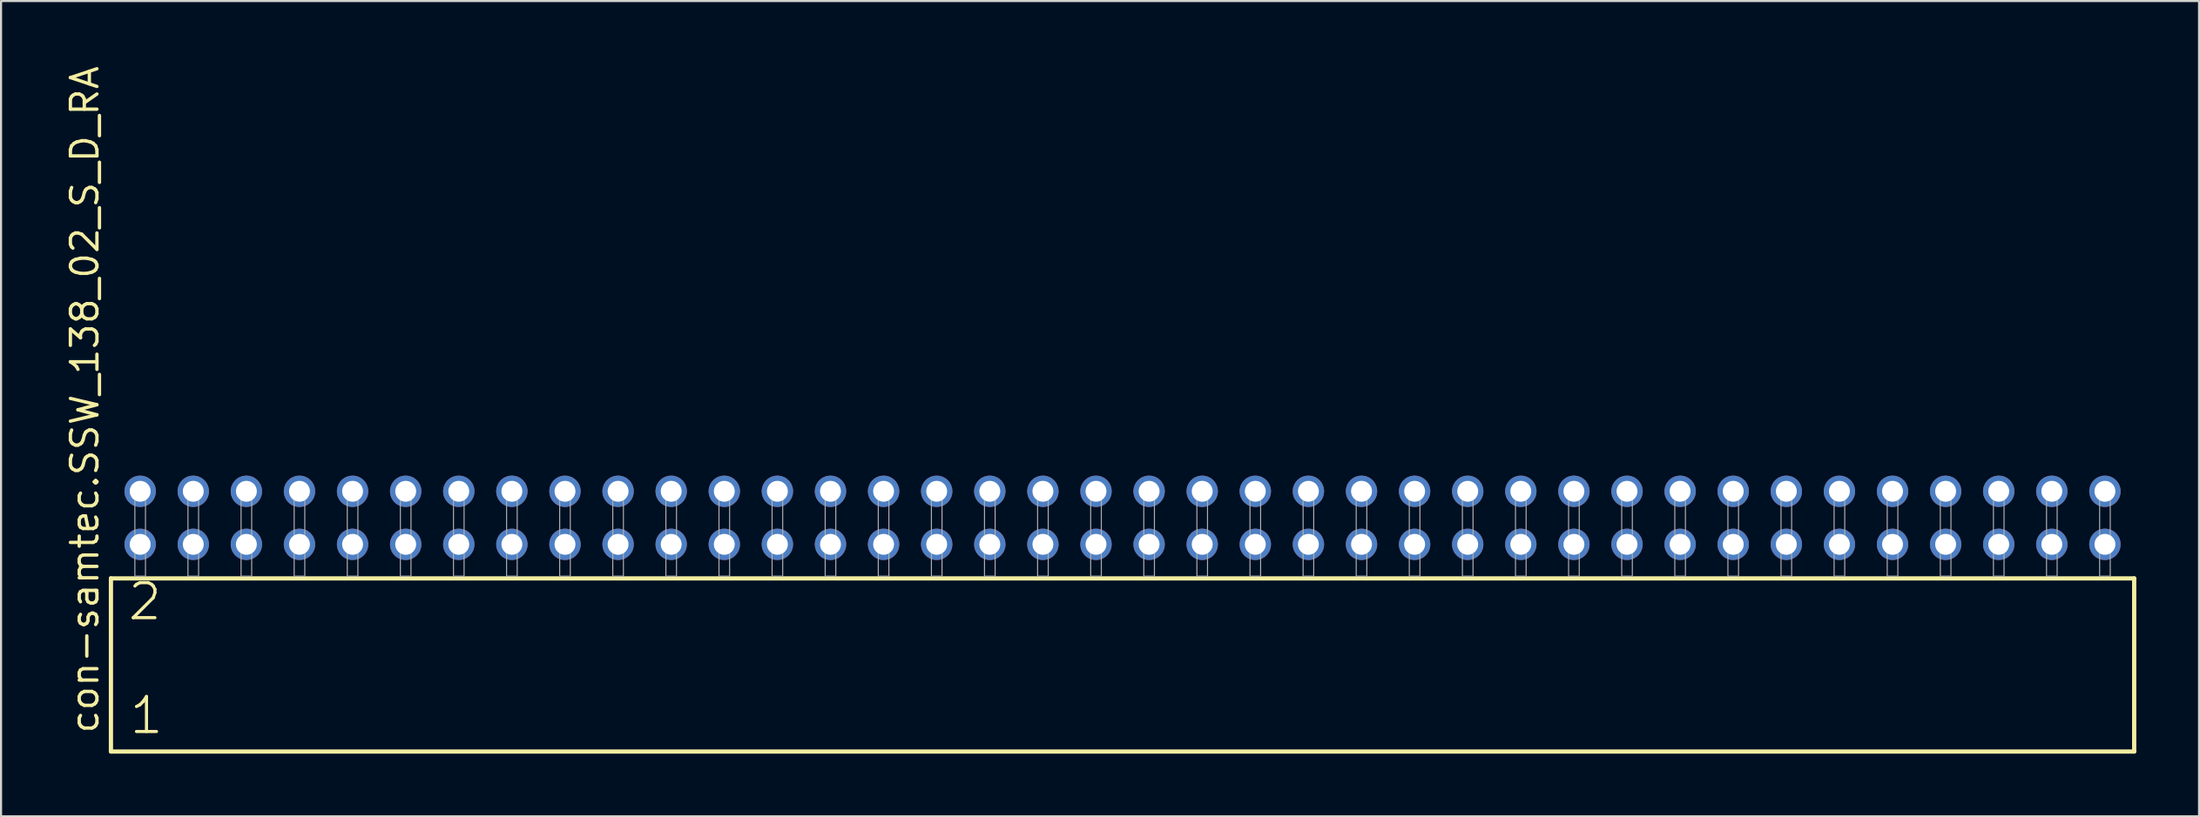
<source format=kicad_pcb>
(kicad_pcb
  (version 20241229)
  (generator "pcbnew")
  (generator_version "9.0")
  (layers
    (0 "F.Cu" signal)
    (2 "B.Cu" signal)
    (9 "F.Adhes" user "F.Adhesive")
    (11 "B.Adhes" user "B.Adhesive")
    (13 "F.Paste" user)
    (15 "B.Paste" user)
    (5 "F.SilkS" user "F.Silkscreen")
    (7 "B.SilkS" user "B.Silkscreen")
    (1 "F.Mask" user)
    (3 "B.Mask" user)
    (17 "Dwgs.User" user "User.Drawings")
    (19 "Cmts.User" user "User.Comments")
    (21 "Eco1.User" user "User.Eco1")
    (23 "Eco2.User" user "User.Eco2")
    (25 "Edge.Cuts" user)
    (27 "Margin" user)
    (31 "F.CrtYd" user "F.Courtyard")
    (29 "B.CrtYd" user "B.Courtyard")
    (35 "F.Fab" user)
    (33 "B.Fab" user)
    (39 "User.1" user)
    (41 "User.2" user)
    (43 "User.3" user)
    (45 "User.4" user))
  (footprint "con-samtec.SSW_138_02_S_D_RA"
    (layer "F.Cu")
    (at 50.645 24.537)
    (property "Reference" "con-samtec.SSW_138_02_S_D_RA" (at -48.895 7.62 90) (layer "F.SilkS") (effects (font (size 1.27 1.27) (thickness 0.16)) (justify left bottom)))
    (attr through_hole)
    (fp_line (start -48.389 0.106) (end -48.389 8.396) (stroke (width 0.203) (type default)) (layer "F.SilkS"))
    (fp_line (start -48.389 8.396) (end 48.389 8.396) (stroke (width 0.203) (type default)) (layer "F.SilkS"))
    (fp_line (start 48.389 0.106) (end -48.389 0.106) (stroke (width 0.203) (type default)) (layer "F.SilkS"))
    (fp_line (start 48.389 8.396) (end 48.389 0.106) (stroke (width 0.203) (type default)) (layer "F.SilkS"))
    (fp_rect (start -47.244 0) (end -46.736 -4.318) (stroke (width 0.05) (type default)) (fill no) (layer "F.Fab"))
    (fp_rect (start -44.704 0) (end -44.196 -4.318) (stroke (width 0.05) (type default)) (fill no) (layer "F.Fab"))
    (fp_rect (start -42.164 0) (end -41.656 -4.318) (stroke (width 0.05) (type default)) (fill no) (layer "F.Fab"))
    (fp_rect (start -39.624 0) (end -39.116 -4.318) (stroke (width 0.05) (type default)) (fill no) (layer "F.Fab"))
    (fp_rect (start -37.084 0) (end -36.576 -4.318) (stroke (width 0.05) (type default)) (fill no) (layer "F.Fab"))
    (fp_rect (start -34.544 0) (end -34.036 -4.318) (stroke (width 0.05) (type default)) (fill no) (layer "F.Fab"))
    (fp_rect (start -32.004 0) (end -31.496 -4.318) (stroke (width 0.05) (type default)) (fill no) (layer "F.Fab"))
    (fp_rect (start -29.464 0) (end -28.956 -4.318) (stroke (width 0.05) (type default)) (fill no) (layer "F.Fab"))
    (fp_rect (start -26.924 0) (end -26.416 -4.318) (stroke (width 0.05) (type default)) (fill no) (layer "F.Fab"))
    (fp_rect (start -24.384 0) (end -23.876 -4.318) (stroke (width 0.05) (type default)) (fill no) (layer "F.Fab"))
    (fp_rect (start -21.844 0) (end -21.336 -4.318) (stroke (width 0.05) (type default)) (fill no) (layer "F.Fab"))
    (fp_rect (start -19.304 0) (end -18.796 -4.318) (stroke (width 0.05) (type default)) (fill no) (layer "F.Fab"))
    (fp_rect (start -16.764 0) (end -16.256 -4.318) (stroke (width 0.05) (type default)) (fill no) (layer "F.Fab"))
    (fp_rect (start -14.224 0) (end -13.716 -4.318) (stroke (width 0.05) (type default)) (fill no) (layer "F.Fab"))
    (fp_rect (start -11.684 0) (end -11.176 -4.318) (stroke (width 0.05) (type default)) (fill no) (layer "F.Fab"))
    (fp_rect (start -9.144 0) (end -8.636 -4.318) (stroke (width 0.05) (type default)) (fill no) (layer "F.Fab"))
    (fp_rect (start -6.604 0) (end -6.096 -4.318) (stroke (width 0.05) (type default)) (fill no) (layer "F.Fab"))
    (fp_rect (start -4.064 0) (end -3.556 -4.318) (stroke (width 0.05) (type default)) (fill no) (layer "F.Fab"))
    (fp_rect (start -1.524 0) (end -1.016 -4.318) (stroke (width 0.05) (type default)) (fill no) (layer "F.Fab"))
    (fp_rect (start 1.016 0) (end 1.524 -4.318) (stroke (width 0.05) (type default)) (fill no) (layer "F.Fab"))
    (fp_rect (start 3.556 0) (end 4.064 -4.318) (stroke (width 0.05) (type default)) (fill no) (layer "F.Fab"))
    (fp_rect (start 6.096 0) (end 6.604 -4.318) (stroke (width 0.05) (type default)) (fill no) (layer "F.Fab"))
    (fp_rect (start 8.636 0) (end 9.144 -4.318) (stroke (width 0.05) (type default)) (fill no) (layer "F.Fab"))
    (fp_rect (start 11.176 0) (end 11.684 -4.318) (stroke (width 0.05) (type default)) (fill no) (layer "F.Fab"))
    (fp_rect (start 13.716 0) (end 14.224 -4.318) (stroke (width 0.05) (type default)) (fill no) (layer "F.Fab"))
    (fp_rect (start 16.256 0) (end 16.764 -4.318) (stroke (width 0.05) (type default)) (fill no) (layer "F.Fab"))
    (fp_rect (start 18.796 0) (end 19.304 -4.318) (stroke (width 0.05) (type default)) (fill no) (layer "F.Fab"))
    (fp_rect (start 21.336 0) (end 21.844 -4.318) (stroke (width 0.05) (type default)) (fill no) (layer "F.Fab"))
    (fp_rect (start 23.876 0) (end 24.384 -4.318) (stroke (width 0.05) (type default)) (fill no) (layer "F.Fab"))
    (fp_rect (start 26.416 0) (end 26.924 -4.318) (stroke (width 0.05) (type default)) (fill no) (layer "F.Fab"))
    (fp_rect (start 28.956 0) (end 29.464 -4.318) (stroke (width 0.05) (type default)) (fill no) (layer "F.Fab"))
    (fp_rect (start 31.496 0) (end 32.004 -4.318) (stroke (width 0.05) (type default)) (fill no) (layer "F.Fab"))
    (fp_rect (start 34.036 0) (end 34.544 -4.318) (stroke (width 0.05) (type default)) (fill no) (layer "F.Fab"))
    (fp_rect (start 36.576 0) (end 37.084 -4.318) (stroke (width 0.05) (type default)) (fill no) (layer "F.Fab"))
    (fp_rect (start 39.116 0) (end 39.624 -4.318) (stroke (width 0.05) (type default)) (fill no) (layer "F.Fab"))
    (fp_rect (start 41.656 0) (end 42.164 -4.318) (stroke (width 0.05) (type default)) (fill no) (layer "F.Fab"))
    (fp_rect (start 44.196 0) (end 44.704 -4.318) (stroke (width 0.05) (type default)) (fill no) (layer "F.Fab"))
    (fp_rect (start 46.736 0) (end 47.244 -4.318) (stroke (width 0.05) (type default)) (fill no) (layer "F.Fab"))
    (fp_text user "1" (at -47.585 7.65 0) (layer "F.SilkS") (effects (font (size 1.676 1.676) (thickness 0.15)) (justify left bottom)))
    (fp_text user "2" (at -47.66 2.2 0) (layer "F.SilkS") (effects (font (size 1.676 1.676) (thickness 0.15)) (justify left bottom)))
    (pad "1" thru_hole circle (at -46.99 -1.524) (size 1.5 1.5) (drill 1) (layers "*.Cu" "*.Mask"))
    (pad "2" thru_hole circle (at -46.99 -4.064) (size 1.5 1.5) (drill 1) (layers "*.Cu" "*.Mask"))
    (pad "3" thru_hole circle (at -44.45 -1.524) (size 1.5 1.5) (drill 1) (layers "*.Cu" "*.Mask"))
    (pad "4" thru_hole circle (at -44.45 -4.064) (size 1.5 1.5) (drill 1) (layers "*.Cu" "*.Mask"))
    (pad "5" thru_hole circle (at -41.91 -1.524) (size 1.5 1.5) (drill 1) (layers "*.Cu" "*.Mask"))
    (pad "6" thru_hole circle (at -41.91 -4.064) (size 1.5 1.5) (drill 1) (layers "*.Cu" "*.Mask"))
    (pad "7" thru_hole circle (at -39.37 -1.524) (size 1.5 1.5) (drill 1) (layers "*.Cu" "*.Mask"))
    (pad "8" thru_hole circle (at -39.37 -4.064) (size 1.5 1.5) (drill 1) (layers "*.Cu" "*.Mask"))
    (pad "9" thru_hole circle (at -36.83 -1.524) (size 1.5 1.5) (drill 1) (layers "*.Cu" "*.Mask"))
    (pad "10" thru_hole circle (at -36.83 -4.064) (size 1.5 1.5) (drill 1) (layers "*.Cu" "*.Mask"))
    (pad "11" thru_hole circle (at -34.29 -1.524) (size 1.5 1.5) (drill 1) (layers "*.Cu" "*.Mask"))
    (pad "12" thru_hole circle (at -34.29 -4.064) (size 1.5 1.5) (drill 1) (layers "*.Cu" "*.Mask"))
    (pad "13" thru_hole circle (at -31.75 -1.524) (size 1.5 1.5) (drill 1) (layers "*.Cu" "*.Mask"))
    (pad "14" thru_hole circle (at -31.75 -4.064) (size 1.5 1.5) (drill 1) (layers "*.Cu" "*.Mask"))
    (pad "15" thru_hole circle (at -29.21 -1.524) (size 1.5 1.5) (drill 1) (layers "*.Cu" "*.Mask"))
    (pad "16" thru_hole circle (at -29.21 -4.064) (size 1.5 1.5) (drill 1) (layers "*.Cu" "*.Mask"))
    (pad "17" thru_hole circle (at -26.67 -1.524) (size 1.5 1.5) (drill 1) (layers "*.Cu" "*.Mask"))
    (pad "18" thru_hole circle (at -26.67 -4.064) (size 1.5 1.5) (drill 1) (layers "*.Cu" "*.Mask"))
    (pad "19" thru_hole circle (at -24.13 -1.524) (size 1.5 1.5) (drill 1) (layers "*.Cu" "*.Mask"))
    (pad "20" thru_hole circle (at -24.13 -4.064) (size 1.5 1.5) (drill 1) (layers "*.Cu" "*.Mask"))
    (pad "21" thru_hole circle (at -21.59 -1.524) (size 1.5 1.5) (drill 1) (layers "*.Cu" "*.Mask"))
    (pad "22" thru_hole circle (at -21.59 -4.064) (size 1.5 1.5) (drill 1) (layers "*.Cu" "*.Mask"))
    (pad "23" thru_hole circle (at -19.05 -1.524) (size 1.5 1.5) (drill 1) (layers "*.Cu" "*.Mask"))
    (pad "24" thru_hole circle (at -19.05 -4.064) (size 1.5 1.5) (drill 1) (layers "*.Cu" "*.Mask"))
    (pad "25" thru_hole circle (at -16.51 -1.524) (size 1.5 1.5) (drill 1) (layers "*.Cu" "*.Mask"))
    (pad "26" thru_hole circle (at -16.51 -4.064) (size 1.5 1.5) (drill 1) (layers "*.Cu" "*.Mask"))
    (pad "27" thru_hole circle (at -13.97 -1.524) (size 1.5 1.5) (drill 1) (layers "*.Cu" "*.Mask"))
    (pad "28" thru_hole circle (at -13.97 -4.064) (size 1.5 1.5) (drill 1) (layers "*.Cu" "*.Mask"))
    (pad "29" thru_hole circle (at -11.43 -1.524) (size 1.5 1.5) (drill 1) (layers "*.Cu" "*.Mask"))
    (pad "30" thru_hole circle (at -11.43 -4.064) (size 1.5 1.5) (drill 1) (layers "*.Cu" "*.Mask"))
    (pad "31" thru_hole circle (at -8.89 -1.524) (size 1.5 1.5) (drill 1) (layers "*.Cu" "*.Mask"))
    (pad "32" thru_hole circle (at -8.89 -4.064) (size 1.5 1.5) (drill 1) (layers "*.Cu" "*.Mask"))
    (pad "33" thru_hole circle (at -6.35 -1.524) (size 1.5 1.5) (drill 1) (layers "*.Cu" "*.Mask"))
    (pad "34" thru_hole circle (at -6.35 -4.064) (size 1.5 1.5) (drill 1) (layers "*.Cu" "*.Mask"))
    (pad "35" thru_hole circle (at -3.81 -1.524) (size 1.5 1.5) (drill 1) (layers "*.Cu" "*.Mask"))
    (pad "36" thru_hole circle (at -3.81 -4.064) (size 1.5 1.5) (drill 1) (layers "*.Cu" "*.Mask"))
    (pad "37" thru_hole circle (at -1.27 -1.524) (size 1.5 1.5) (drill 1) (layers "*.Cu" "*.Mask"))
    (pad "38" thru_hole circle (at -1.27 -4.064) (size 1.5 1.5) (drill 1) (layers "*.Cu" "*.Mask"))
    (pad "39" thru_hole circle (at 1.27 -1.524) (size 1.5 1.5) (drill 1) (layers "*.Cu" "*.Mask"))
    (pad "40" thru_hole circle (at 1.27 -4.064) (size 1.5 1.5) (drill 1) (layers "*.Cu" "*.Mask"))
    (pad "41" thru_hole circle (at 3.81 -1.524) (size 1.5 1.5) (drill 1) (layers "*.Cu" "*.Mask"))
    (pad "42" thru_hole circle (at 3.81 -4.064) (size 1.5 1.5) (drill 1) (layers "*.Cu" "*.Mask"))
    (pad "43" thru_hole circle (at 6.35 -1.524) (size 1.5 1.5) (drill 1) (layers "*.Cu" "*.Mask"))
    (pad "44" thru_hole circle (at 6.35 -4.064) (size 1.5 1.5) (drill 1) (layers "*.Cu" "*.Mask"))
    (pad "45" thru_hole circle (at 8.89 -1.524) (size 1.5 1.5) (drill 1) (layers "*.Cu" "*.Mask"))
    (pad "46" thru_hole circle (at 8.89 -4.064) (size 1.5 1.5) (drill 1) (layers "*.Cu" "*.Mask"))
    (pad "47" thru_hole circle (at 11.43 -1.524) (size 1.5 1.5) (drill 1) (layers "*.Cu" "*.Mask"))
    (pad "48" thru_hole circle (at 11.43 -4.064) (size 1.5 1.5) (drill 1) (layers "*.Cu" "*.Mask"))
    (pad "49" thru_hole circle (at 13.97 -1.524) (size 1.5 1.5) (drill 1) (layers "*.Cu" "*.Mask"))
    (pad "50" thru_hole circle (at 13.97 -4.064) (size 1.5 1.5) (drill 1) (layers "*.Cu" "*.Mask"))
    (pad "51" thru_hole circle (at 16.51 -1.524) (size 1.5 1.5) (drill 1) (layers "*.Cu" "*.Mask"))
    (pad "52" thru_hole circle (at 16.51 -4.064) (size 1.5 1.5) (drill 1) (layers "*.Cu" "*.Mask"))
    (pad "53" thru_hole circle (at 19.05 -1.524) (size 1.5 1.5) (drill 1) (layers "*.Cu" "*.Mask"))
    (pad "54" thru_hole circle (at 19.05 -4.064) (size 1.5 1.5) (drill 1) (layers "*.Cu" "*.Mask"))
    (pad "55" thru_hole circle (at 21.59 -1.524) (size 1.5 1.5) (drill 1) (layers "*.Cu" "*.Mask"))
    (pad "56" thru_hole circle (at 21.59 -4.064) (size 1.5 1.5) (drill 1) (layers "*.Cu" "*.Mask"))
    (pad "57" thru_hole circle (at 24.13 -1.524) (size 1.5 1.5) (drill 1) (layers "*.Cu" "*.Mask"))
    (pad "58" thru_hole circle (at 24.13 -4.064) (size 1.5 1.5) (drill 1) (layers "*.Cu" "*.Mask"))
    (pad "59" thru_hole circle (at 26.67 -1.524) (size 1.5 1.5) (drill 1) (layers "*.Cu" "*.Mask"))
    (pad "60" thru_hole circle (at 26.67 -4.064) (size 1.5 1.5) (drill 1) (layers "*.Cu" "*.Mask"))
    (pad "61" thru_hole circle (at 29.21 -1.524) (size 1.5 1.5) (drill 1) (layers "*.Cu" "*.Mask"))
    (pad "62" thru_hole circle (at 29.21 -4.064) (size 1.5 1.5) (drill 1) (layers "*.Cu" "*.Mask"))
    (pad "63" thru_hole circle (at 31.75 -1.524) (size 1.5 1.5) (drill 1) (layers "*.Cu" "*.Mask"))
    (pad "64" thru_hole circle (at 31.75 -4.064) (size 1.5 1.5) (drill 1) (layers "*.Cu" "*.Mask"))
    (pad "65" thru_hole circle (at 34.29 -1.524) (size 1.5 1.5) (drill 1) (layers "*.Cu" "*.Mask"))
    (pad "66" thru_hole circle (at 34.29 -4.064) (size 1.5 1.5) (drill 1) (layers "*.Cu" "*.Mask"))
    (pad "67" thru_hole circle (at 36.83 -1.524) (size 1.5 1.5) (drill 1) (layers "*.Cu" "*.Mask"))
    (pad "68" thru_hole circle (at 36.83 -4.064) (size 1.5 1.5) (drill 1) (layers "*.Cu" "*.Mask"))
    (pad "69" thru_hole circle (at 39.37 -1.524) (size 1.5 1.5) (drill 1) (layers "*.Cu" "*.Mask"))
    (pad "70" thru_hole circle (at 39.37 -4.064) (size 1.5 1.5) (drill 1) (layers "*.Cu" "*.Mask"))
    (pad "71" thru_hole circle (at 41.91 -1.524) (size 1.5 1.5) (drill 1) (layers "*.Cu" "*.Mask"))
    (pad "72" thru_hole circle (at 41.91 -4.064) (size 1.5 1.5) (drill 1) (layers "*.Cu" "*.Mask"))
    (pad "73" thru_hole circle (at 44.45 -1.524) (size 1.5 1.5) (drill 1) (layers "*.Cu" "*.Mask"))
    (pad "74" thru_hole circle (at 44.45 -4.064) (size 1.5 1.5) (drill 1) (layers "*.Cu" "*.Mask"))
    (pad "75" thru_hole circle (at 46.99 -1.524) (size 1.5 1.5) (drill 1) (layers "*.Cu" "*.Mask"))
    (pad "76" thru_hole circle (at 46.99 -4.064) (size 1.5 1.5) (drill 1) (layers "*.Cu" "*.Mask")))
  (gr_rect
    (start -3 -3)
    (end 102.136 36.035)
    (stroke (width 0.1) (type default))
    (fill no)
    (layer "Edge.Cuts")))
</source>
